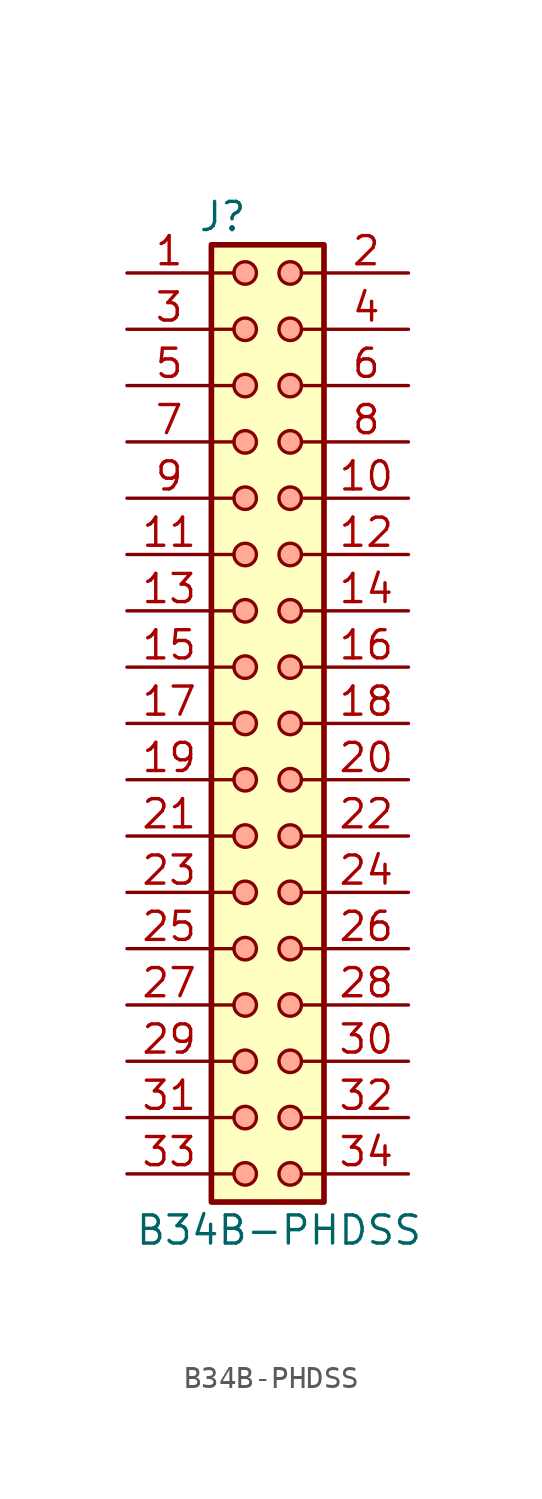
<source format=kicad_sym>
(kicad_symbol_lib
  (version 20241209)
  (generator "kicad_symbol_editor")
  (generator_version "9.0")
  (symbol "B34B-PHDSS"
    (pin_names
      (offset 1.016)
      (hide yes))
    (property "Reference" "J"
      (at -0.762 22.86 0)
      (effects (font (size 1.27 1.27))))
    (property "Value" "B34B-PHDSS"
      (at 1.778 -22.86 0)
      (effects (font (size 1.27 1.27))))
    (symbol "B34B-PHDSS_1_1"
      (rectangle (start -1.27 21.59) (end 3.81 -21.59) (stroke (width 0.254) (type default)) (fill (type background)))
      (polyline (pts (xy -1.27 20.32) (xy -0.254 20.32)) (stroke (width 0) (type default)) (fill (type none)))
      (polyline (pts (xy -1.27 17.78) (xy -0.254 17.78)) (stroke (width 0) (type default)) (fill (type none)))
      (polyline (pts (xy -1.27 15.24) (xy -0.254 15.24)) (stroke (width 0) (type default)) (fill (type none)))
      (polyline (pts (xy -1.27 12.7) (xy -0.254 12.7)) (stroke (width 0) (type default)) (fill (type none)))
      (polyline (pts (xy -1.27 10.16) (xy -0.508 10.16) (xy -0.254 10.16)) (stroke (width 0) (type default)) (fill (type none)))
      (polyline (pts (xy -1.27 7.62) (xy -0.254 7.62)) (stroke (width 0) (type default)) (fill (type none)))
      (polyline (pts (xy -1.27 5.08) (xy -0.254 5.08)) (stroke (width 0) (type default)) (fill (type none)))
      (polyline (pts (xy -1.27 2.54) (xy -0.254 2.54)) (stroke (width 0) (type default)) (fill (type none)))
      (polyline (pts (xy -1.27 0) (xy -0.254 0)) (stroke (width 0) (type default)) (fill (type none)))
      (polyline (pts (xy -1.27 -2.54) (xy -0.254 -2.54)) (stroke (width 0) (type default)) (fill (type none)))
      (polyline (pts (xy -1.27 -5.08) (xy -0.254 -5.08)) (stroke (width 0) (type default)) (fill (type none)))
      (polyline (pts (xy -1.27 -10.16) (xy -0.254 -10.16)) (stroke (width 0) (type default)) (fill (type none)))
      (polyline (pts (xy -1.27 -12.7) (xy -0.254 -12.7)) (stroke (width 0) (type default)) (fill (type none)))
      (polyline (pts (xy -1.27 -15.24) (xy -0.254 -15.24)) (stroke (width 0) (type default)) (fill (type none)))
      (polyline (pts (xy -1.27 -17.78) (xy -0.254 -17.78)) (stroke (width 0) (type default)) (fill (type none)))
      (polyline (pts (xy -1.27 -20.32) (xy -0.254 -20.32)) (stroke (width 0) (type default)) (fill (type none)))
      (polyline (pts (xy -0.254 -7.62) (xy -1.27 -7.62)) (stroke (width 0) (type default)) (fill (type none)))
      (circle (center 0.254 20.32) (radius 0.508) (stroke (width 0) (type solid)) (fill (type color) (color 255 169 150 1)))
      (circle (center 0.254 17.78) (radius 0.508) (stroke (width 0) (type solid)) (fill (type color) (color 255 169 150 1)))
      (circle (center 0.254 15.24) (radius 0.508) (stroke (width 0) (type solid)) (fill (type color) (color 255 169 150 1)))
      (circle (center 0.254 12.7) (radius 0.508) (stroke (width 0) (type solid)) (fill (type color) (color 255 169 150 1)))
      (circle (center 0.254 10.16) (radius 0.508) (stroke (width 0) (type solid)) (fill (type color) (color 255 169 150 1)))
      (circle (center 0.254 7.62) (radius 0.508) (stroke (width 0) (type solid)) (fill (type color) (color 255 169 150 1)))
      (circle (center 0.254 5.08) (radius 0.508) (stroke (width 0) (type solid)) (fill (type color) (color 255 169 150 1)))
      (circle (center 0.254 2.54) (radius 0.508) (stroke (width 0) (type solid)) (fill (type color) (color 255 169 150 1)))
      (circle (center 0.254 0) (radius 0.508) (stroke (width 0) (type solid)) (fill (type color) (color 255 169 150 1)))
      (circle (center 0.254 -2.54) (radius 0.508) (stroke (width 0) (type solid)) (fill (type color) (color 255 169 150 1)))
      (circle (center 0.254 -5.08) (radius 0.508) (stroke (width 0) (type solid)) (fill (type color) (color 255 169 150 1)))
      (circle (center 0.254 -7.62) (radius 0.508) (stroke (width 0) (type solid)) (fill (type color) (color 255 169 150 1)))
      (circle (center 0.254 -10.16) (radius 0.508) (stroke (width 0) (type solid)) (fill (type color) (color 255 169 150 1)))
      (circle (center 0.254 -12.7) (radius 0.508) (stroke (width 0) (type solid)) (fill (type color) (color 255 169 150 1)))
      (circle (center 0.254 -15.24) (radius 0.508) (stroke (width 0) (type solid)) (fill (type color) (color 255 169 150 1)))
      (circle (center 0.254 -17.78) (radius 0.508) (stroke (width 0) (type solid)) (fill (type color) (color 255 169 150 1)))
      (circle (center 0.254 -20.32) (radius 0.508) (stroke (width 0) (type solid)) (fill (type color) (color 255 169 150 1)))
      (circle (center 2.286 20.32) (radius 0.508) (stroke (width 0) (type solid)) (fill (type color) (color 255 169 150 1)))
      (circle (center 2.286 17.78) (radius 0.508) (stroke (width 0) (type solid)) (fill (type color) (color 255 169 150 1)))
      (circle (center 2.286 15.24) (radius 0.508) (stroke (width 0) (type solid)) (fill (type color) (color 255 169 150 1)))
      (circle (center 2.286 12.7) (radius 0.508) (stroke (width 0) (type solid)) (fill (type color) (color 255 169 150 1)))
      (circle (center 2.286 10.16) (radius 0.508) (stroke (width 0) (type solid)) (fill (type color) (color 255 169 150 1)))
      (circle (center 2.286 7.62) (radius 0.508) (stroke (width 0) (type solid)) (fill (type color) (color 255 169 150 1)))
      (circle (center 2.286 5.08) (radius 0.508) (stroke (width 0) (type solid)) (fill (type color) (color 255 169 150 1)))
      (circle (center 2.286 2.54) (radius 0.508) (stroke (width 0) (type solid)) (fill (type color) (color 255 169 150 1)))
      (circle (center 2.286 0) (radius 0.508) (stroke (width 0) (type solid)) (fill (type color) (color 255 169 150 1)))
      (circle (center 2.286 -2.54) (radius 0.508) (stroke (width 0) (type solid)) (fill (type color) (color 255 169 150 1)))
      (circle (center 2.286 -5.08) (radius 0.508) (stroke (width 0) (type solid)) (fill (type color) (color 255 169 150 1)))
      (circle (center 2.286 -7.62) (radius 0.508) (stroke (width 0) (type solid)) (fill (type color) (color 255 169 150 1)))
      (circle (center 2.286 -10.16) (radius 0.508) (stroke (width 0) (type solid)) (fill (type color) (color 255 169 150 1)))
      (circle (center 2.286 -12.7) (radius 0.508) (stroke (width 0) (type solid)) (fill (type color) (color 255 169 150 1)))
      (circle (center 2.286 -15.24) (radius 0.508) (stroke (width 0) (type solid)) (fill (type color) (color 255 169 150 1)))
      (circle (center 2.286 -17.78) (radius 0.508) (stroke (width 0) (type solid)) (fill (type color) (color 255 169 150 1)))
      (circle (center 2.286 -20.32) (radius 0.508) (stroke (width 0) (type solid)) (fill (type color) (color 255 169 150 1)))
      (polyline (pts (xy 2.794 20.32) (xy 3.81 20.32)) (stroke (width 0) (type default)) (fill (type none)))
      (polyline (pts (xy 2.794 17.78) (xy 3.81 17.78)) (stroke (width 0) (type default)) (fill (type none)))
      (polyline (pts (xy 2.794 12.7) (xy 3.81 12.7)) (stroke (width 0) (type default)) (fill (type none)))
      (polyline (pts (xy 2.794 10.16) (xy 3.81 10.16)) (stroke (width 0) (type default)) (fill (type none)))
      (polyline (pts (xy 2.794 7.62) (xy 3.81 7.62)) (stroke (width 0) (type default)) (fill (type none)))
      (polyline (pts (xy 2.794 5.08) (xy 3.81 5.08)) (stroke (width 0) (type default)) (fill (type none)))
      (polyline (pts (xy 2.794 2.54) (xy 3.81 2.54)) (stroke (width 0) (type default)) (fill (type none)))
      (polyline (pts (xy 2.794 0) (xy 3.81 0)) (stroke (width 0) (type default)) (fill (type none)))
      (polyline (pts (xy 2.794 -2.54) (xy 3.81 -2.54)) (stroke (width 0) (type default)) (fill (type none)))
      (polyline (pts (xy 2.794 -5.08) (xy 3.81 -5.08)) (stroke (width 0) (type default)) (fill (type none)))
      (polyline (pts (xy 2.794 -7.62) (xy 3.81 -7.62)) (stroke (width 0) (type default)) (fill (type none)))
      (polyline (pts (xy 2.794 -10.16) (xy 3.81 -10.16)) (stroke (width 0) (type default)) (fill (type none)))
      (polyline (pts (xy 2.794 -12.7) (xy 3.81 -12.7)) (stroke (width 0) (type default)) (fill (type none)))
      (polyline (pts (xy 2.794 -15.24) (xy 3.81 -15.24)) (stroke (width 0) (type default)) (fill (type none)))
      (polyline (pts (xy 2.794 -17.78) (xy 3.81 -17.78)) (stroke (width 0) (type default)) (fill (type none)))
      (polyline (pts (xy 2.794 -20.32) (xy 3.81 -20.32)) (stroke (width 0) (type default)) (fill (type none)))
      (polyline (pts (xy 3.81 15.24) (xy 2.794 15.24)) (stroke (width 0) (type default)) (fill (type none)))
      (pin passive line (at -5.08 20.32 0) (length 3.81) (name "Pin_1" (effects (font (size 1.27 1.27)))) (number "1" (effects (font (size 1.27 1.27)))))
      (pin passive line (at -5.08 17.78 0) (length 3.81) (name "Pin_3" (effects (font (size 1.27 1.27)))) (number "3" (effects (font (size 1.27 1.27)))))
      (pin passive line (at -5.08 15.24 0) (length 3.81) (name "Pin_5" (effects (font (size 1.27 1.27)))) (number "5" (effects (font (size 1.27 1.27)))))
      (pin passive line (at -5.08 12.7 0) (length 3.81) (name "Pin_7" (effects (font (size 1.27 1.27)))) (number "7" (effects (font (size 1.27 1.27)))))
      (pin passive line (at -5.08 10.16 0) (length 3.81) (name "Pin_9" (effects (font (size 1.27 1.27)))) (number "9" (effects (font (size 1.27 1.27)))))
      (pin passive line (at -5.08 7.62 0) (length 3.81) (name "Pin_11" (effects (font (size 1.27 1.27)))) (number "11" (effects (font (size 1.27 1.27)))))
      (pin passive line (at -5.08 5.08 0) (length 3.81) (name "Pin_13" (effects (font (size 1.27 1.27)))) (number "13" (effects (font (size 1.27 1.27)))))
      (pin passive line (at -5.08 2.54 0) (length 3.81) (name "Pin_15" (effects (font (size 1.27 1.27)))) (number "15" (effects (font (size 1.27 1.27)))))
      (pin passive line (at -5.08 0 0) (length 3.81) (name "Pin_17" (effects (font (size 1.27 1.27)))) (number "17" (effects (font (size 1.27 1.27)))))
      (pin passive line (at -5.08 -2.54 0) (length 3.81) (name "Pin_19" (effects (font (size 1.27 1.27)))) (number "19" (effects (font (size 1.27 1.27)))))
      (pin passive line (at -5.08 -5.08 0) (length 3.81) (name "Pin_21" (effects (font (size 1.27 1.27)))) (number "21" (effects (font (size 1.27 1.27)))))
      (pin passive line (at -5.08 -7.62 0) (length 3.81) (name "Pin_23" (effects (font (size 1.27 1.27)))) (number "23" (effects (font (size 1.27 1.27)))))
      (pin passive line (at -5.08 -10.16 0) (length 3.81) (name "Pin_25" (effects (font (size 1.27 1.27)))) (number "25" (effects (font (size 1.27 1.27)))))
      (pin passive line (at -5.08 -12.7 0) (length 3.81) (name "Pin_27" (effects (font (size 1.27 1.27)))) (number "27" (effects (font (size 1.27 1.27)))))
      (pin passive line (at -5.08 -15.24 0) (length 3.81) (name "Pin_29" (effects (font (size 1.27 1.27)))) (number "29" (effects (font (size 1.27 1.27)))))
      (pin passive line (at -5.08 -17.78 0) (length 3.81) (name "Pin_31" (effects (font (size 1.27 1.27)))) (number "31" (effects (font (size 1.27 1.27)))))
      (pin passive line (at -5.08 -20.32 0) (length 3.81) (name "Pin_33" (effects (font (size 1.27 1.27)))) (number "33" (effects (font (size 1.27 1.27)))))
      (pin passive line (at 7.62 20.32 180) (length 3.81) (name "Pin_2" (effects (font (size 1.27 1.27)))) (number "2" (effects (font (size 1.27 1.27)))))
      (pin passive line (at 7.62 17.78 180) (length 3.81) (name "Pin_4" (effects (font (size 1.27 1.27)))) (number "4" (effects (font (size 1.27 1.27)))))
      (pin passive line (at 7.62 15.24 180) (length 3.81) (name "Pin_6" (effects (font (size 1.27 1.27)))) (number "6" (effects (font (size 1.27 1.27)))))
      (pin passive line (at 7.62 12.7 180) (length 3.81) (name "Pin_8" (effects (font (size 1.27 1.27)))) (number "8" (effects (font (size 1.27 1.27)))))
      (pin passive line (at 7.62 10.16 180) (length 3.81) (name "Pin_10" (effects (font (size 1.27 1.27)))) (number "10" (effects (font (size 1.27 1.27)))))
      (pin passive line (at 7.62 7.62 180) (length 3.81) (name "Pin_12" (effects (font (size 1.27 1.27)))) (number "12" (effects (font (size 1.27 1.27)))))
      (pin passive line (at 7.62 5.08 180) (length 3.81) (name "Pin_14" (effects (font (size 1.27 1.27)))) (number "14" (effects (font (size 1.27 1.27)))))
      (pin passive line (at 7.62 2.54 180) (length 3.81) (name "Pin_16" (effects (font (size 1.27 1.27)))) (number "16" (effects (font (size 1.27 1.27)))))
      (pin passive line (at 7.62 0 180) (length 3.81) (name "Pin_18" (effects (font (size 1.27 1.27)))) (number "18" (effects (font (size 1.27 1.27)))))
      (pin passive line (at 7.62 -2.54 180) (length 3.81) (name "Pin_20" (effects (font (size 1.27 1.27)))) (number "20" (effects (font (size 1.27 1.27)))))
      (pin passive line (at 7.62 -5.08 180) (length 3.81) (name "Pin_22" (effects (font (size 1.27 1.27)))) (number "22" (effects (font (size 1.27 1.27)))))
      (pin passive line (at 7.62 -7.62 180) (length 3.81) (name "Pin_24" (effects (font (size 1.27 1.27)))) (number "24" (effects (font (size 1.27 1.27)))))
      (pin passive line (at 7.62 -10.16 180) (length 3.81) (name "Pin_26" (effects (font (size 1.27 1.27)))) (number "26" (effects (font (size 1.27 1.27)))))
      (pin passive line (at 7.62 -12.7 180) (length 3.81) (name "Pin_28" (effects (font (size 1.27 1.27)))) (number "28" (effects (font (size 1.27 1.27)))))
      (pin passive line (at 7.62 -15.24 180) (length 3.81) (name "Pin_30" (effects (font (size 1.27 1.27)))) (number "30" (effects (font (size 1.27 1.27)))))
      (pin passive line (at 7.62 -17.78 180) (length 3.81) (name "Pin_32" (effects (font (size 1.27 1.27)))) (number "32" (effects (font (size 1.27 1.27)))))
      (pin passive line (at 7.62 -20.32 180) (length 3.81) (name "Pin_34" (effects (font (size 1.27 1.27)))) (number "34" (effects (font (size 1.27 1.27))))))))
</source>
